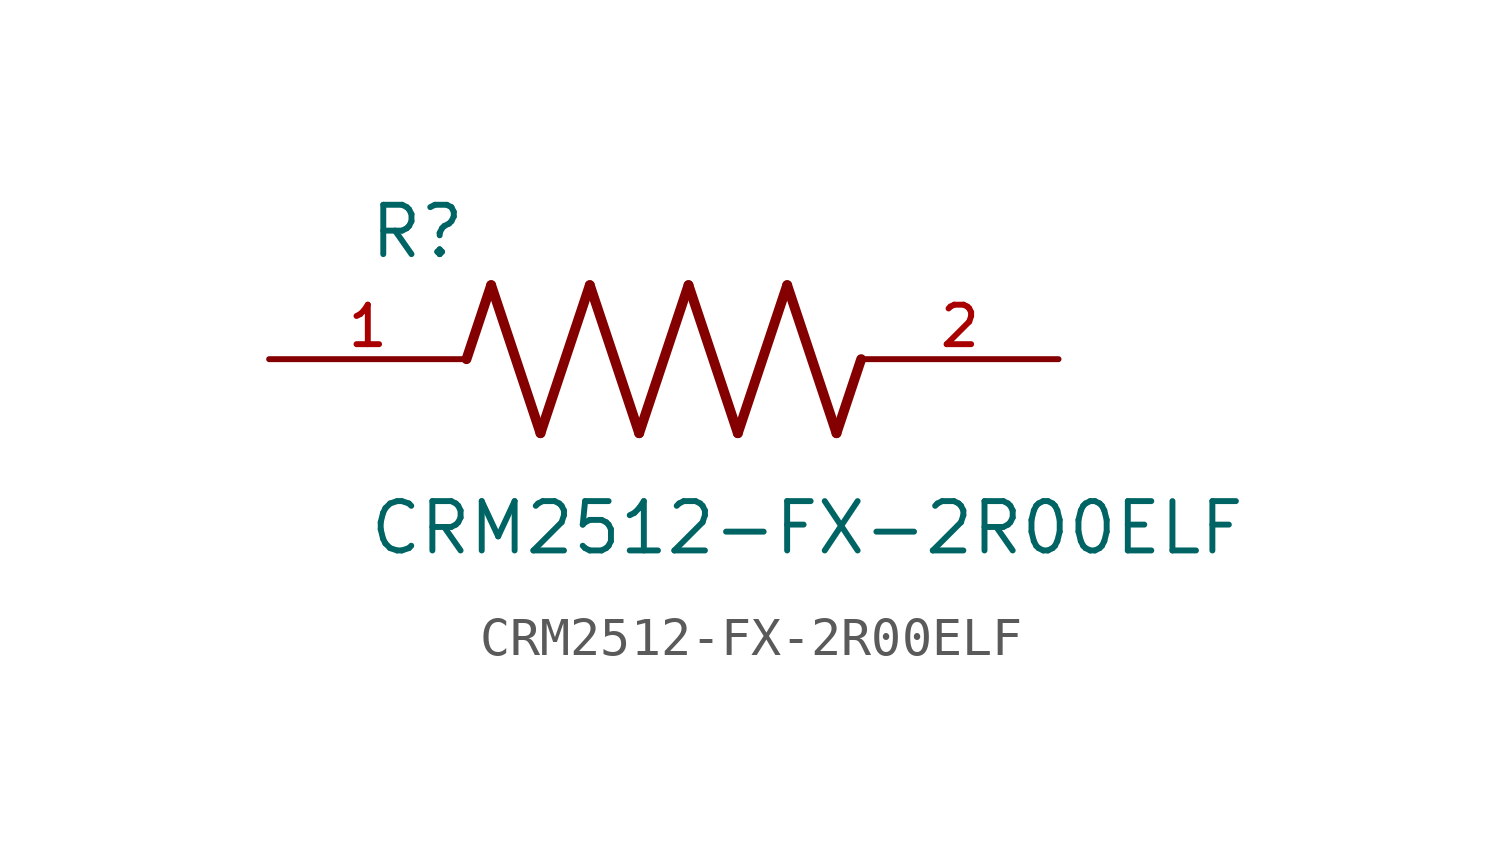
<source format=kicad_sym>
(kicad_symbol_lib
  (version 20211014)
  (generator kicad_symbol_editor)
  (symbol "CRM2512-FX-2R00ELF"
    (pin_names
      (offset 1.016))
    (property "Reference" "R"
      (at -7.624 2.541 0)
      (effects (font (size 1.27 1.27)) (justify bottom left)))
    (property "Value" "CRM2512-FX-2R00ELF"
      (at -7.63 -5.087 0)
      (effects (font (size 1.27 1.27)) (justify bottom left)))
    (symbol "CRM2512-FX-2R00ELF_0_0"
      (polyline (pts (xy -5.08 0.0) (xy -4.445 1.905)) (stroke (width 0.254)))
      (polyline (pts (xy -4.445 1.905) (xy -3.175 -1.905)) (stroke (width 0.254)))
      (polyline (pts (xy -3.175 -1.905) (xy -1.905 1.905)) (stroke (width 0.254)))
      (polyline (pts (xy -1.905 1.905) (xy -0.635 -1.905)) (stroke (width 0.254)))
      (polyline (pts (xy -0.635 -1.905) (xy 0.635 1.905)) (stroke (width 0.254)))
      (polyline (pts (xy 0.635 1.905) (xy 1.905 -1.905)) (stroke (width 0.254)))
      (polyline (pts (xy 1.905 -1.905) (xy 3.175 1.905)) (stroke (width 0.254)))
      (polyline (pts (xy 3.175 1.905) (xy 4.445 -1.905)) (stroke (width 0.254)))
      (polyline (pts (xy 4.445 -1.905) (xy 5.08 0.0)) (stroke (width 0.254)))
      (pin passive line (at -10.16 0.0 0) (length 5.08) (name "~" (effects (font (size 1.016 1.016)))) (number "1" (effects (font (size 1.016 1.016)))))
      (pin passive line (at 10.16 0.0 180.0) (length 5.08) (name "~" (effects (font (size 1.016 1.016)))) (number "2" (effects (font (size 1.016 1.016))))))))
</source>
